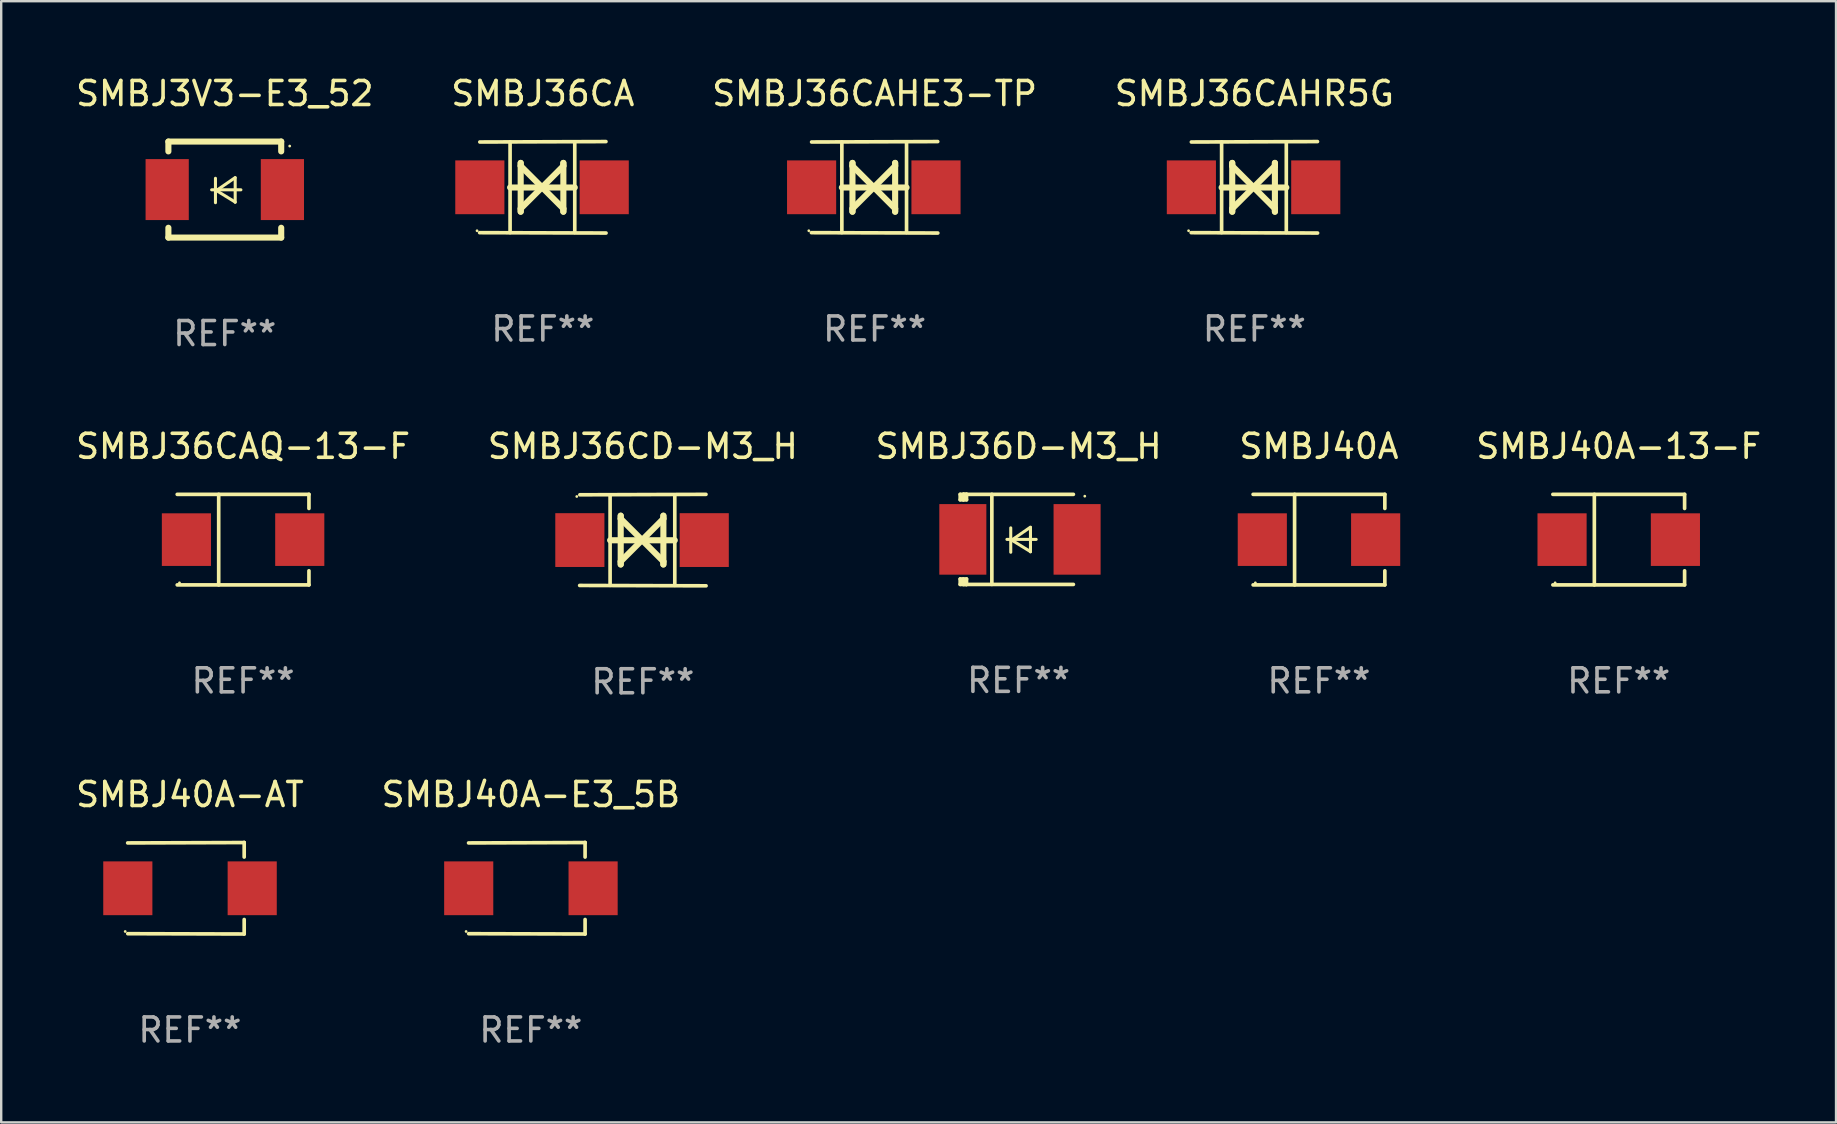
<source format=kicad_pcb>
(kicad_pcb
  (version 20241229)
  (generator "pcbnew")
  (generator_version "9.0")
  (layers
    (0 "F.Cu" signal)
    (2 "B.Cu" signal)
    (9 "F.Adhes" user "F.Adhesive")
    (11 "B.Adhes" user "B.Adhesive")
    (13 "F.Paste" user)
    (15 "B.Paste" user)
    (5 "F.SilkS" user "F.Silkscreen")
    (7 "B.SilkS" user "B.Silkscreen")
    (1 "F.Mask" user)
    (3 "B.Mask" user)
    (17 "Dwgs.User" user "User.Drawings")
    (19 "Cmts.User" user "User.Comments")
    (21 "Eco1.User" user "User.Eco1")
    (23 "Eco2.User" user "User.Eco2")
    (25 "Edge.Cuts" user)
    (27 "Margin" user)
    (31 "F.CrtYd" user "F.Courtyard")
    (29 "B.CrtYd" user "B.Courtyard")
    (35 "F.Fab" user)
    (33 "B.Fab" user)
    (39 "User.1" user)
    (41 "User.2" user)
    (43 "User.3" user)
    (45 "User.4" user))
  (footprint "SMBJ36CAQ-13-F"
    (layer "F.Cu")
    (at 7.077 19.431)
    (property "Reference" "SMBJ36CAQ-13-F" (at 0 -3.886 0) (layer "F.SilkS") (effects (font (size 1 1) (thickness 0.15))))
    (attr through_hole)
    (fp_line (start -2.744 -1.886) (end 2.744 -1.886) (stroke (width 0.152) (type solid)) (layer "F.SilkS"))
    (fp_line (start -2.744 1.886) (end 2.744 1.886) (stroke (width 0.152) (type solid)) (layer "F.SilkS"))
    (fp_line (start -1.016 -1.886) (end -1.016 1.886) (stroke (width 0.152) (type solid)) (layer "F.SilkS"))
    (fp_line (start 2.744 -1.886) (end 2.744 -1.299) (stroke (width 0.152) (type solid)) (layer "F.SilkS"))
    (fp_line (start 2.744 1.886) (end 2.744 1.299) (stroke (width 0.152) (type solid)) (layer "F.SilkS"))
    (fp_circle (center -2.65 1.8) (end -2.62 1.8) (stroke (width 0.06) (type solid)) (fill no) (layer "F.SilkS"))
    (fp_text user "REF**" (at 0 5.886 0) (layer "F.Fab") (effects (font (size 1 1) (thickness 0.15))))
    (pad "1" smd rect (at -2.361 0) (size 2.047 2.192) (layers "F.Cu" "F.Mask" "F.Paste"))
    (pad "2" smd rect (at 2.361 0) (size 2.047 2.192) (layers "F.Cu" "F.Mask" "F.Paste")))
  (footprint "SMBJ40A-AT"
    (layer "F.Cu")
    (at 4.863 33.956)
    (property "Reference" "SMBJ40A-AT" (at 0 -3.905 0) (layer "F.SilkS") (effects (font (size 1 1) (thickness 0.15))))
    (attr through_hole)
    (fp_line (start 2.256 -1.905) (end -2.594 -1.889) (stroke (width 0.152) (type solid)) (layer "F.SilkS"))
    (fp_line (start 2.256 -1.905) (end 2.26 -1.905) (stroke (width 0.152) (type solid)) (layer "F.SilkS"))
    (fp_line (start 2.26 -1.905) (end 2.26 -1.301) (stroke (width 0.152) (type solid)) (layer "F.SilkS"))
    (fp_line (start 2.26 1.301) (end 2.26 1.905) (stroke (width 0.152) (type solid)) (layer "F.SilkS"))
    (fp_line (start 2.26 1.905) (end -2.59 1.892) (stroke (width 0.152) (type solid)) (layer "F.SilkS"))
    (fp_circle (center -2.697 1.8) (end -2.667 1.8) (stroke (width 0.06) (type solid)) (fill no) (layer "F.SilkS"))
    (fp_text user "REF**" (at 0 5.905 0) (layer "F.Fab") (effects (font (size 1 1) (thickness 0.15))))
    (pad "1" smd rect (at -2.588 0) (size 2.047 2.241) (layers "F.Cu" "F.Mask" "F.Paste"))
    (pad "2" smd rect (at 2.594 0) (size 2.047 2.241) (layers "F.Cu" "F.Mask" "F.Paste")))
  (footprint "SMBJ3V3-E3_52"
    (layer "F.Cu")
    (at 6.315 4.848)
    (property "Reference" "SMBJ3V3-E3_52" (at 0 -4 0) (layer "F.SilkS") (effects (font (size 1 1) (thickness 0.15))))
    (attr through_hole)
    (fp_line (start -2.35 -2) (end -2.35 -1.591) (stroke (width 0.254) (type solid)) (layer "F.SilkS"))
    (fp_line (start -2.35 -2) (end 2.35 -2) (stroke (width 0.254) (type solid)) (layer "F.SilkS"))
    (fp_line (start -2.35 1.591) (end -2.35 2) (stroke (width 0.254) (type solid)) (layer "F.SilkS"))
    (fp_line (start -2.35 2) (end 2.35 2) (stroke (width 0.254) (type solid)) (layer "F.SilkS"))
    (fp_line (start -0.548 0.01) (end 0.671 0.01) (stroke (width 0.127) (type solid)) (layer "F.SilkS"))
    (fp_line (start -0.389 -0.47) (end -0.389 0.546) (stroke (width 0.127) (type solid)) (layer "F.SilkS"))
    (fp_line (start -0.35 0.04) (end 0.433 0.52) (stroke (width 0.127) (type solid)) (layer "F.SilkS"))
    (fp_line (start 0.433 -0.5) (end -0.35 0.04) (stroke (width 0.127) (type solid)) (layer "F.SilkS"))
    (fp_line (start 0.433 0.53) (end 0.433 -0.486) (stroke (width 0.127) (type solid)) (layer "F.SilkS"))
    (fp_line (start 2.35 -2) (end 2.35 -1.591) (stroke (width 0.254) (type solid)) (layer "F.SilkS"))
    (fp_line (start 2.35 1.591) (end 2.35 2) (stroke (width 0.254) (type solid)) (layer "F.SilkS"))
    (fp_circle (center 2.704 -1.813) (end 2.734 -1.813) (stroke (width 0.06) (type solid)) (fill no) (layer "F.SilkS"))
    (fp_text user "REF**" (at 0 6 0) (layer "F.Fab") (effects (font (size 1 1) (thickness 0.15))))
    (pad "1" smd rect (at 2.4 0) (size 1.8 2.54) (layers "F.Cu" "F.Mask" "F.Paste"))
    (pad "2" smd rect (at -2.4 0) (size 1.8 2.54) (layers "F.Cu" "F.Mask" "F.Paste")))
  (footprint "SMBJ36CAHE3-TP"
    (layer "F.Cu")
    (at 33.387 4.753)
    (property "Reference" "SMBJ36CAHE3-TP" (at 0 -3.905 0) (layer "F.SilkS") (effects (font (size 1 1) (thickness 0.15))))
    (attr through_hole)
    (fp_line (start -1.365 1.886) (end -1.365 -1.886) (stroke (width 0.152) (type solid)) (layer "F.SilkS"))
    (fp_line (start -1.365 0.008) (end 1.33 0.008) (stroke (width 0.254) (type solid)) (layer "F.SilkS"))
    (fp_line (start -0.923 -1.016) (end -0.923 1.016) (stroke (width 0.254) (type solid)) (layer "F.SilkS"))
    (fp_line (start -0.923 -0.889) (end -0.923 -1.016) (stroke (width 0.254) (type solid)) (layer "F.SilkS"))
    (fp_line (start -0.923 0.889) (end -0.034 0) (stroke (width 0.254) (type solid)) (layer "F.SilkS"))
    (fp_line (start -0.923 1.016) (end -0.923 0.889) (stroke (width 0.254) (type solid)) (layer "F.SilkS"))
    (fp_line (start -0.034 0) (end -0.923 -0.889) (stroke (width 0.254) (type solid)) (layer "F.SilkS"))
    (fp_line (start -0.034 0) (end 0.855 0.889) (stroke (width 0.254) (type solid)) (layer "F.SilkS"))
    (fp_line (start 0.855 -1.016) (end 0.855 -0.889) (stroke (width 0.254) (type solid)) (layer "F.SilkS"))
    (fp_line (start 0.855 -0.889) (end -0.034 0) (stroke (width 0.254) (type solid)) (layer "F.SilkS"))
    (fp_line (start 0.855 0.889) (end 0.855 1.016) (stroke (width 0.254) (type solid)) (layer "F.SilkS"))
    (fp_line (start 0.855 1.016) (end 0.855 -1.016) (stroke (width 0.254) (type solid)) (layer "F.SilkS"))
    (fp_line (start 1.33 1.886) (end 1.33 -1.886) (stroke (width 0.152) (type solid)) (layer "F.SilkS"))
    (fp_line (start 2.629 -1.905) (end -2.625 -1.887) (stroke (width 0.152) (type solid)) (layer "F.SilkS"))
    (fp_line (start 2.633 1.905) (end -2.633 1.89) (stroke (width 0.152) (type solid)) (layer "F.SilkS"))
    (fp_circle (center -2.741 1.81) (end -2.711 1.81) (stroke (width 0.06) (type solid)) (fill no) (layer "F.SilkS"))
    (fp_text user "REF**" (at 0 5.905 0) (layer "F.Fab") (effects (font (size 1 1) (thickness 0.15))))
    (pad "1" smd rect (at -2.625 0) (size 2.047 2.241) (layers "F.Cu" "F.Mask" "F.Paste"))
    (pad "2" smd rect (at 2.557 0) (size 2.047 2.241) (layers "F.Cu" "F.Mask" "F.Paste")))
  (footprint "SMBJ36CD-M3_H"
    (layer "F.Cu")
    (at 23.732 19.45)
    (property "Reference" "SMBJ36CD-M3_H" (at 0 -3.905 0) (layer "F.SilkS") (effects (font (size 1 1) (thickness 0.15))))
    (attr through_hole)
    (fp_line (start -1.365 1.886) (end -1.365 -1.886) (stroke (width 0.152) (type solid)) (layer "F.SilkS"))
    (fp_line (start -1.365 0.008) (end 1.33 0.008) (stroke (width 0.254) (type solid)) (layer "F.SilkS"))
    (fp_line (start -0.923 -1.016) (end -0.923 1.016) (stroke (width 0.254) (type solid)) (layer "F.SilkS"))
    (fp_line (start -0.923 -0.889) (end -0.923 -1.016) (stroke (width 0.254) (type solid)) (layer "F.SilkS"))
    (fp_line (start -0.923 0.889) (end -0.034 0) (stroke (width 0.254) (type solid)) (layer "F.SilkS"))
    (fp_line (start -0.923 1.016) (end -0.923 0.889) (stroke (width 0.254) (type solid)) (layer "F.SilkS"))
    (fp_line (start -0.034 0) (end -0.923 -0.889) (stroke (width 0.254) (type solid)) (layer "F.SilkS"))
    (fp_line (start -0.034 0) (end 0.855 0.889) (stroke (width 0.254) (type solid)) (layer "F.SilkS"))
    (fp_line (start 0.855 -1.016) (end 0.855 -0.889) (stroke (width 0.254) (type solid)) (layer "F.SilkS"))
    (fp_line (start 0.855 -0.889) (end -0.034 0) (stroke (width 0.254) (type solid)) (layer "F.SilkS"))
    (fp_line (start 0.855 0.889) (end 0.855 1.016) (stroke (width 0.254) (type solid)) (layer "F.SilkS"))
    (fp_line (start 0.855 1.016) (end 0.855 -1.016) (stroke (width 0.254) (type solid)) (layer "F.SilkS"))
    (fp_line (start 1.33 1.886) (end 1.33 -1.886) (stroke (width 0.152) (type solid)) (layer "F.SilkS"))
    (fp_line (start 2.629 -1.905) (end -2.625 -1.887) (stroke (width 0.152) (type solid)) (layer "F.SilkS"))
    (fp_line (start 2.633 1.905) (end -2.633 1.89) (stroke (width 0.152) (type solid)) (layer "F.SilkS"))
    (fp_circle (center -2.753 -1.816) (end -2.723 -1.816) (stroke (width 0.06) (type solid)) (fill no) (layer "F.SilkS"))
    (fp_text user "REF**" (at 0 5.905 0) (layer "F.Fab") (effects (font (size 1 1) (thickness 0.15))))
    (pad "1" smd rect (at -2.625 0) (size 2.047 2.241) (layers "F.Cu" "F.Mask" "F.Paste"))
    (pad "2" smd rect (at 2.557 0) (size 2.047 2.241) (layers "F.Cu" "F.Mask" "F.Paste")))
  (footprint "SMBJ40A-13-F"
    (layer "F.Cu")
    (at 64.387 19.431)
    (property "Reference" "SMBJ40A-13-F" (at 0 -3.886 0) (layer "F.SilkS") (effects (font (size 1 1) (thickness 0.15))))
    (attr through_hole)
    (fp_line (start -2.744 -1.886) (end 2.744 -1.886) (stroke (width 0.152) (type solid)) (layer "F.SilkS"))
    (fp_line (start -2.744 1.886) (end 2.744 1.886) (stroke (width 0.152) (type solid)) (layer "F.SilkS"))
    (fp_line (start -1.016 -1.886) (end -1.016 1.886) (stroke (width 0.152) (type solid)) (layer "F.SilkS"))
    (fp_line (start 2.744 -1.886) (end 2.744 -1.299) (stroke (width 0.152) (type solid)) (layer "F.SilkS"))
    (fp_line (start 2.744 1.886) (end 2.744 1.299) (stroke (width 0.152) (type solid)) (layer "F.SilkS"))
    (fp_circle (center -2.65 1.8) (end -2.62 1.8) (stroke (width 0.06) (type solid)) (fill no) (layer "F.SilkS"))
    (fp_text user "REF**" (at 0 5.886 0) (layer "F.Fab") (effects (font (size 1 1) (thickness 0.15))))
    (pad "1" smd rect (at -2.361 0) (size 2.047 2.192) (layers "F.Cu" "F.Mask" "F.Paste"))
    (pad "2" smd rect (at 2.361 0) (size 2.047 2.192) (layers "F.Cu" "F.Mask" "F.Paste")))
  (footprint "SMBJ36CA"
    (layer "F.Cu")
    (at 19.565 4.753)
    (property "Reference" "SMBJ36CA" (at 0 -3.905 0) (layer "F.SilkS") (effects (font (size 1 1) (thickness 0.15))))
    (attr through_hole)
    (fp_line (start -1.365 1.886) (end -1.365 -1.886) (stroke (width 0.152) (type solid)) (layer "F.SilkS"))
    (fp_line (start -1.365 0.008) (end 1.33 0.008) (stroke (width 0.254) (type solid)) (layer "F.SilkS"))
    (fp_line (start -0.923 -1.016) (end -0.923 1.016) (stroke (width 0.254) (type solid)) (layer "F.SilkS"))
    (fp_line (start -0.923 -0.889) (end -0.923 -1.016) (stroke (width 0.254) (type solid)) (layer "F.SilkS"))
    (fp_line (start -0.923 0.889) (end -0.034 0) (stroke (width 0.254) (type solid)) (layer "F.SilkS"))
    (fp_line (start -0.923 1.016) (end -0.923 0.889) (stroke (width 0.254) (type solid)) (layer "F.SilkS"))
    (fp_line (start -0.034 0) (end -0.923 -0.889) (stroke (width 0.254) (type solid)) (layer "F.SilkS"))
    (fp_line (start -0.034 0) (end 0.855 0.889) (stroke (width 0.254) (type solid)) (layer "F.SilkS"))
    (fp_line (start 0.855 -1.016) (end 0.855 -0.889) (stroke (width 0.254) (type solid)) (layer "F.SilkS"))
    (fp_line (start 0.855 -0.889) (end -0.034 0) (stroke (width 0.254) (type solid)) (layer "F.SilkS"))
    (fp_line (start 0.855 0.889) (end 0.855 1.016) (stroke (width 0.254) (type solid)) (layer "F.SilkS"))
    (fp_line (start 0.855 1.016) (end 0.855 -1.016) (stroke (width 0.254) (type solid)) (layer "F.SilkS"))
    (fp_line (start 1.33 1.886) (end 1.33 -1.886) (stroke (width 0.152) (type solid)) (layer "F.SilkS"))
    (fp_line (start 2.629 -1.905) (end -2.625 -1.887) (stroke (width 0.152) (type solid)) (layer "F.SilkS"))
    (fp_line (start 2.633 1.905) (end -2.633 1.89) (stroke (width 0.152) (type solid)) (layer "F.SilkS"))
    (fp_circle (center -2.741 1.81) (end -2.711 1.81) (stroke (width 0.06) (type solid)) (fill no) (layer "F.SilkS"))
    (fp_text user "REF**" (at 0 5.905 0) (layer "F.Fab") (effects (font (size 1 1) (thickness 0.15))))
    (pad "1" smd rect (at -2.625 0) (size 2.047 2.241) (layers "F.Cu" "F.Mask" "F.Paste"))
    (pad "2" smd rect (at 2.557 0) (size 2.047 2.241) (layers "F.Cu" "F.Mask" "F.Paste")))
  (footprint "SMBJ36D-M3_H"
    (layer "F.Cu")
    (at 39.387 19.421)
    (property "Reference" "SMBJ36D-M3_H" (at 0 -3.876 0) (layer "F.SilkS") (effects (font (size 1 1) (thickness 0.15))))
    (attr through_hole)
    (fp_line (start -2.435 1.65) (end -2.171 1.65) (stroke (width 0.152) (type solid)) (layer "F.SilkS"))
    (fp_line (start -2.435 1.876) (end -2.435 1.65) (stroke (width 0.152) (type solid)) (layer "F.SilkS"))
    (fp_line (start -2.435 -1.876) (end -2.171 -1.876) (stroke (width 0.152) (type solid)) (layer "F.SilkS"))
    (fp_line (start -2.435 -1.65) (end -2.435 -1.876) (stroke (width 0.152) (type solid)) (layer "F.SilkS"))
    (fp_line (start -2.305 -1.866) (end -2.295 -1.876) (stroke (width 0.152) (type solid)) (layer "F.SilkS"))
    (fp_line (start -2.305 -1.65) (end -2.305 -1.866) (stroke (width 0.152) (type solid)) (layer "F.SilkS"))
    (fp_line (start -2.305 1.876) (end -2.305 1.65) (stroke (width 0.152) (type solid)) (layer "F.SilkS"))
    (fp_line (start -2.295 -1.876) (end -2.295 -1.65) (stroke (width 0.152) (type solid)) (layer "F.SilkS"))
    (fp_line (start -2.171 1.876) (end -2.435 1.876) (stroke (width 0.152) (type solid)) (layer "F.SilkS"))
    (fp_line (start -2.171 -1.65) (end -2.435 -1.65) (stroke (width 0.152) (type solid)) (layer "F.SilkS"))
    (fp_line (start -2.171 -1.876) (end -2.295 -1.876) (stroke (width 0.152) (type solid)) (layer "F.SilkS"))
    (fp_line (start -2.171 -1.65) (end -2.171 -1.876) (stroke (width 0.152) (type solid)) (layer "F.SilkS"))
    (fp_line (start -2.171 1.876) (end -2.305 1.876) (stroke (width 0.152) (type solid)) (layer "F.SilkS"))
    (fp_line (start -2.171 1.876) (end -2.171 1.65) (stroke (width 0.152) (type solid)) (layer "F.SilkS"))
    (fp_line (start -1.116 1.876) (end -1.116 -1.876) (stroke (width 0.152) (type solid)) (layer "F.SilkS"))
    (fp_line (start -0.488 0.000102) (end 0.731 0.000102) (stroke (width 0.127) (type solid)) (layer "F.SilkS"))
    (fp_line (start -0.329 -0.48) (end -0.329 0.536) (stroke (width 0.127) (type solid)) (layer "F.SilkS"))
    (fp_line (start -0.29 0.03) (end 0.493 0.51) (stroke (width 0.127) (type solid)) (layer "F.SilkS"))
    (fp_line (start 0.493 -0.51) (end -0.29 0.03) (stroke (width 0.127) (type solid)) (layer "F.SilkS"))
    (fp_line (start 0.493 0.52) (end 0.493 -0.496) (stroke (width 0.127) (type solid)) (layer "F.SilkS"))
    (fp_line (start 2.281 -1.876) (end -2.171 -1.876) (stroke (width 0.152) (type solid)) (layer "F.SilkS"))
    (fp_line (start 2.281 1.876) (end -2.171 1.876) (stroke (width 0.152) (type solid)) (layer "F.SilkS"))
    (fp_circle (center 2.755 -1.8) (end 2.785 -1.8) (stroke (width 0.06) (type solid)) (fill no) (layer "F.SilkS"))
    (fp_text user "REF**" (at 0 5.876 0) (layer "F.Fab") (effects (font (size 1 1) (thickness 0.15))))
    (pad "1" smd rect (at 2.435 -0.000025 180) (size 1.96 2.94) (layers "F.Cu" "F.Mask" "F.Paste"))
    (pad "2" smd rect (at -2.325 -0.000025 180) (size 1.96 2.94) (layers "F.Cu" "F.Mask" "F.Paste")))
  (footprint "SMBJ40A"
    (layer "F.Cu")
    (at 51.899 19.431)
    (property "Reference" "SMBJ40A" (at 0 -3.886 0) (layer "F.SilkS") (effects (font (size 1 1) (thickness 0.15))))
    (attr through_hole)
    (fp_line (start -2.744 -1.886) (end 2.744 -1.886) (stroke (width 0.152) (type solid)) (layer "F.SilkS"))
    (fp_line (start -2.744 1.886) (end 2.744 1.886) (stroke (width 0.152) (type solid)) (layer "F.SilkS"))
    (fp_line (start -1.016 -1.886) (end -1.016 1.886) (stroke (width 0.152) (type solid)) (layer "F.SilkS"))
    (fp_line (start 2.744 -1.886) (end 2.744 -1.299) (stroke (width 0.152) (type solid)) (layer "F.SilkS"))
    (fp_line (start 2.744 1.886) (end 2.744 1.299) (stroke (width 0.152) (type solid)) (layer "F.SilkS"))
    (fp_circle (center -2.65 1.8) (end -2.62 1.8) (stroke (width 0.06) (type solid)) (fill no) (layer "F.SilkS"))
    (fp_text user "REF**" (at 0 5.886 0) (layer "F.Fab") (effects (font (size 1 1) (thickness 0.15))))
    (pad "1" smd rect (at -2.361 0) (size 2.047 2.192) (layers "F.Cu" "F.Mask" "F.Paste"))
    (pad "2" smd rect (at 2.361 0) (size 2.047 2.192) (layers "F.Cu" "F.Mask" "F.Paste")))
  (footprint "SMBJ40A-E3_5B"
    (layer "F.Cu")
    (at 19.065 33.956)
    (property "Reference" "SMBJ40A-E3_5B" (at 0 -3.905 0) (layer "F.SilkS") (effects (font (size 1 1) (thickness 0.15))))
    (attr through_hole)
    (fp_line (start 2.256 -1.905) (end -2.594 -1.889) (stroke (width 0.152) (type solid)) (layer "F.SilkS"))
    (fp_line (start 2.256 -1.905) (end 2.26 -1.905) (stroke (width 0.152) (type solid)) (layer "F.SilkS"))
    (fp_line (start 2.26 -1.905) (end 2.26 -1.301) (stroke (width 0.152) (type solid)) (layer "F.SilkS"))
    (fp_line (start 2.26 1.301) (end 2.26 1.905) (stroke (width 0.152) (type solid)) (layer "F.SilkS"))
    (fp_line (start 2.26 1.905) (end -2.59 1.892) (stroke (width 0.152) (type solid)) (layer "F.SilkS"))
    (fp_circle (center -2.697 1.8) (end -2.667 1.8) (stroke (width 0.06) (type solid)) (fill no) (layer "F.SilkS"))
    (fp_text user "REF**" (at 0 5.905 0) (layer "F.Fab") (effects (font (size 1 1) (thickness 0.15))))
    (pad "1" smd rect (at -2.588 0) (size 2.047 2.241) (layers "F.Cu" "F.Mask" "F.Paste"))
    (pad "2" smd rect (at 2.594 0) (size 2.047 2.241) (layers "F.Cu" "F.Mask" "F.Paste")))
  (footprint "SMBJ36CAHR5G"
    (layer "F.Cu")
    (at 49.208 4.753)
    (property "Reference" "SMBJ36CAHR5G" (at 0 -3.905 0) (layer "F.SilkS") (effects (font (size 1 1) (thickness 0.15))))
    (attr through_hole)
    (fp_line (start -1.365 1.886) (end -1.365 -1.886) (stroke (width 0.152) (type solid)) (layer "F.SilkS"))
    (fp_line (start -1.365 0.008) (end 1.33 0.008) (stroke (width 0.254) (type solid)) (layer "F.SilkS"))
    (fp_line (start -0.923 -1.016) (end -0.923 1.016) (stroke (width 0.254) (type solid)) (layer "F.SilkS"))
    (fp_line (start -0.923 -0.889) (end -0.923 -1.016) (stroke (width 0.254) (type solid)) (layer "F.SilkS"))
    (fp_line (start -0.923 0.889) (end -0.034 0) (stroke (width 0.254) (type solid)) (layer "F.SilkS"))
    (fp_line (start -0.923 1.016) (end -0.923 0.889) (stroke (width 0.254) (type solid)) (layer "F.SilkS"))
    (fp_line (start -0.034 0) (end -0.923 -0.889) (stroke (width 0.254) (type solid)) (layer "F.SilkS"))
    (fp_line (start -0.034 0) (end 0.855 0.889) (stroke (width 0.254) (type solid)) (layer "F.SilkS"))
    (fp_line (start 0.855 -1.016) (end 0.855 -0.889) (stroke (width 0.254) (type solid)) (layer "F.SilkS"))
    (fp_line (start 0.855 -0.889) (end -0.034 0) (stroke (width 0.254) (type solid)) (layer "F.SilkS"))
    (fp_line (start 0.855 0.889) (end 0.855 1.016) (stroke (width 0.254) (type solid)) (layer "F.SilkS"))
    (fp_line (start 0.855 1.016) (end 0.855 -1.016) (stroke (width 0.254) (type solid)) (layer "F.SilkS"))
    (fp_line (start 1.33 1.886) (end 1.33 -1.886) (stroke (width 0.152) (type solid)) (layer "F.SilkS"))
    (fp_line (start 2.629 -1.905) (end -2.625 -1.887) (stroke (width 0.152) (type solid)) (layer "F.SilkS"))
    (fp_line (start 2.633 1.905) (end -2.633 1.89) (stroke (width 0.152) (type solid)) (layer "F.SilkS"))
    (fp_circle (center -2.741 1.81) (end -2.711 1.81) (stroke (width 0.06) (type solid)) (fill no) (layer "F.SilkS"))
    (fp_text user "REF**" (at 0 5.905 0) (layer "F.Fab") (effects (font (size 1 1) (thickness 0.15))))
    (pad "1" smd rect (at -2.625 0) (size 2.047 2.241) (layers "F.Cu" "F.Mask" "F.Paste"))
    (pad "2" smd rect (at 2.557 0) (size 2.047 2.241) (layers "F.Cu" "F.Mask" "F.Paste")))
  (gr_rect
    (start -3 -3)
    (end 73.44 43.71)
    (stroke (width 0.1) (type default))
    (fill no)
    (layer "Edge.Cuts")))
</source>
